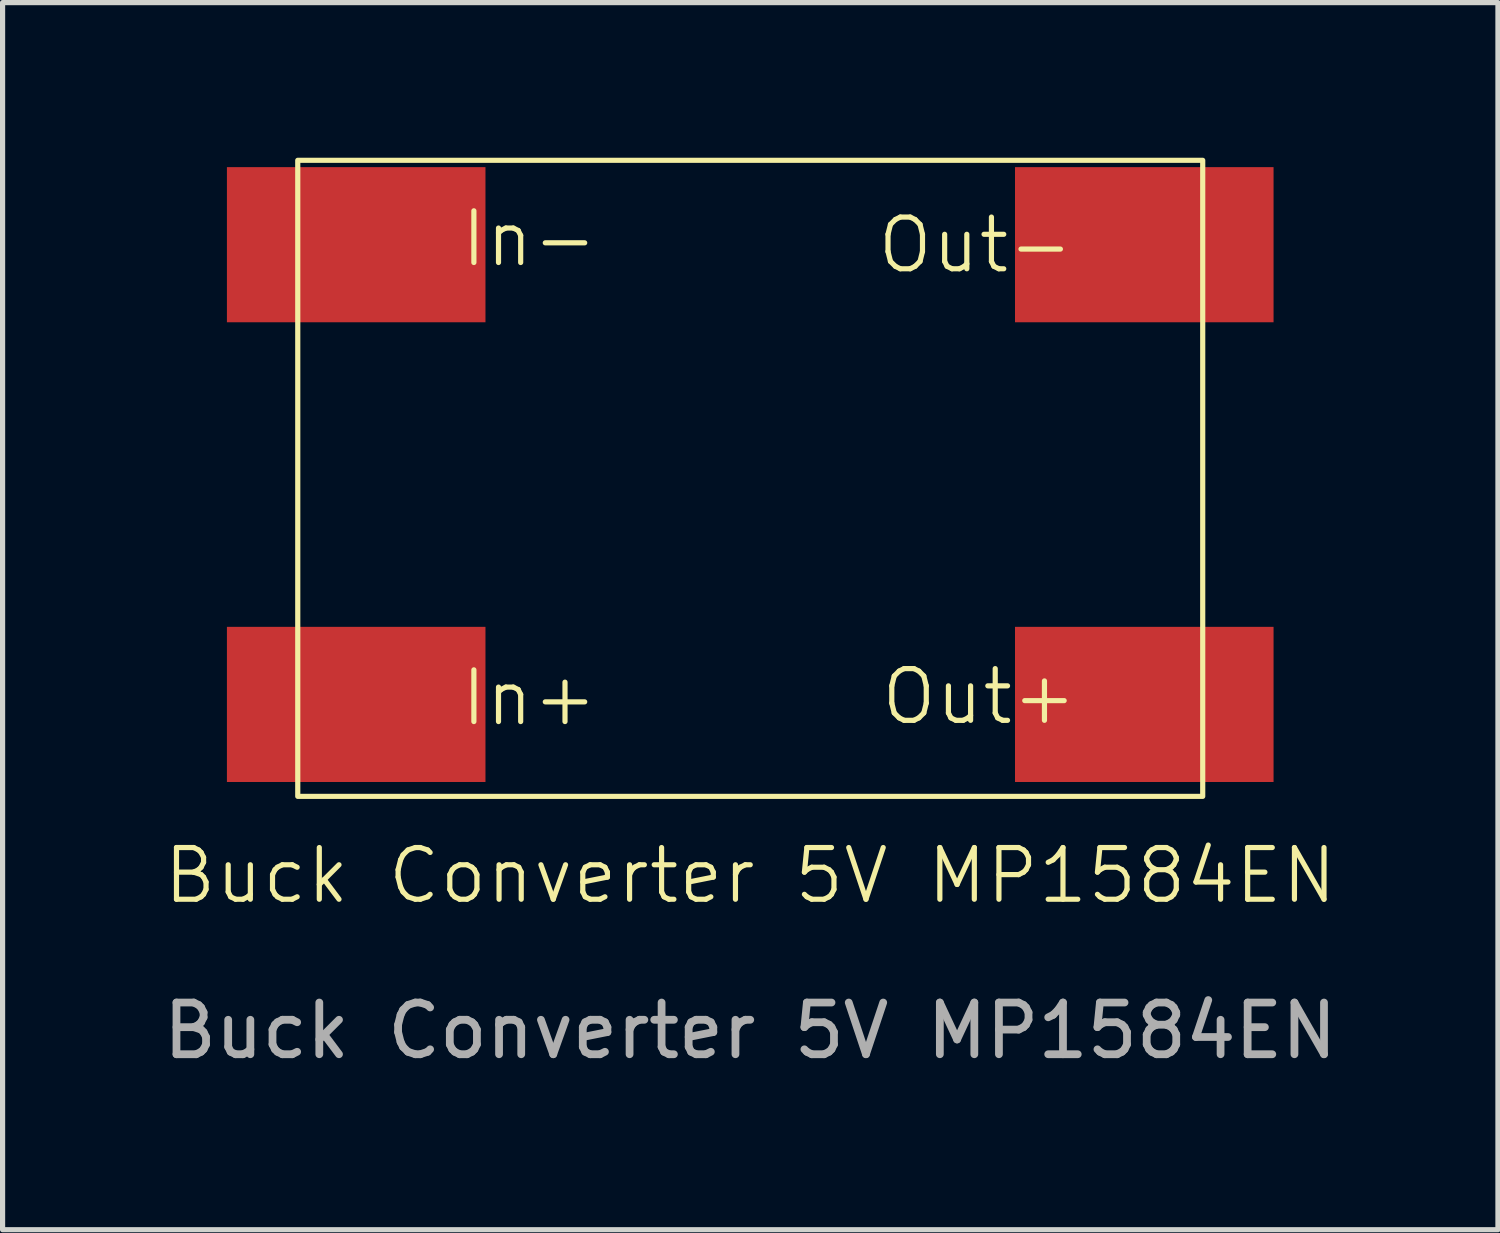
<source format=kicad_pcb>
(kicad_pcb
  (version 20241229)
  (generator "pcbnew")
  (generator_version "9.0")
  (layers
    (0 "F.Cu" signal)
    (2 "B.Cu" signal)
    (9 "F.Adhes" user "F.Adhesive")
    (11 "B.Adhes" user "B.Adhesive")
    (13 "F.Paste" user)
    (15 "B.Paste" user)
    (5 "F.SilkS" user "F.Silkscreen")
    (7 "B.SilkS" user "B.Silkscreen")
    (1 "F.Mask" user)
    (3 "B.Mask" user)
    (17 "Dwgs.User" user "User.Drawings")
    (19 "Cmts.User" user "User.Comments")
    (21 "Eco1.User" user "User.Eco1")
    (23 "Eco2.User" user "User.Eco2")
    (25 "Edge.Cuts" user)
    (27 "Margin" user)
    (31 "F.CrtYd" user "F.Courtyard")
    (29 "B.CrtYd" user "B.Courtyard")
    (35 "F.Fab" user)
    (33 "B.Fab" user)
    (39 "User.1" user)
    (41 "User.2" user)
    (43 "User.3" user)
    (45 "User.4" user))
  (footprint "Buck Converter 5V MP1584EN"
    (layer "F.Cu")
    (at 11.458 14.382)
    (property "Reference" "Buck Converter 5V MP1584EN" (at 0 -0.5 0) (unlocked yes) (layer "F.SilkS") (effects (font (size 1 1) (thickness 0.1))))
    (attr through_hole)
    (fp_rect (start -8.75 -14.332) (end 8.75 -2.032) (stroke (width 0.1) (type default)) (fill no) (layer "F.SilkS"))
    (fp_text user "Out-" (at 2.408 -12.107 0) (unlocked yes) (layer "F.SilkS") (effects (font (size 1 1) (thickness 0.1)) (justify left bottom)))
    (fp_text user "In+" (at -5.648 -3.351 0) (unlocked yes) (layer "F.SilkS") (effects (font (size 1 1) (thickness 0.1)) (justify left bottom)))
    (fp_text user "Out+" (at 2.481 -3.375 0) (unlocked yes) (layer "F.SilkS") (effects (font (size 1 1) (thickness 0.1)) (justify left bottom)))
    (fp_text user "In-" (at -5.648 -12.228 0) (unlocked yes) (layer "F.SilkS") (effects (font (size 1 1) (thickness 0.1)) (justify left bottom)))
    (fp_text user "${REFERENCE}" (at 0 2.5 0) (unlocked yes) (layer "F.Fab") (effects (font (size 1 1) (thickness 0.15))))
    (pad "1" connect rect (at -7.62 -3.81 180) (size 5 3) (layers "F.Cu" "F.Mask"))
    (pad "2" connect rect (at -7.62 -12.7 180) (size 5 3) (layers "F.Cu" "F.Mask"))
    (pad "3" connect rect (at 7.62 -3.81 180) (size 5 3) (layers "F.Cu" "F.Mask"))
    (pad "4" connect rect (at 7.62 -12.7 180) (size 5 3) (layers "F.Cu" "F.Mask")))
  (gr_rect
    (start -3 -3)
    (end 25.917 20.73)
    (stroke (width 0.1) (type default))
    (fill no)
    (layer "Edge.Cuts")))
</source>
